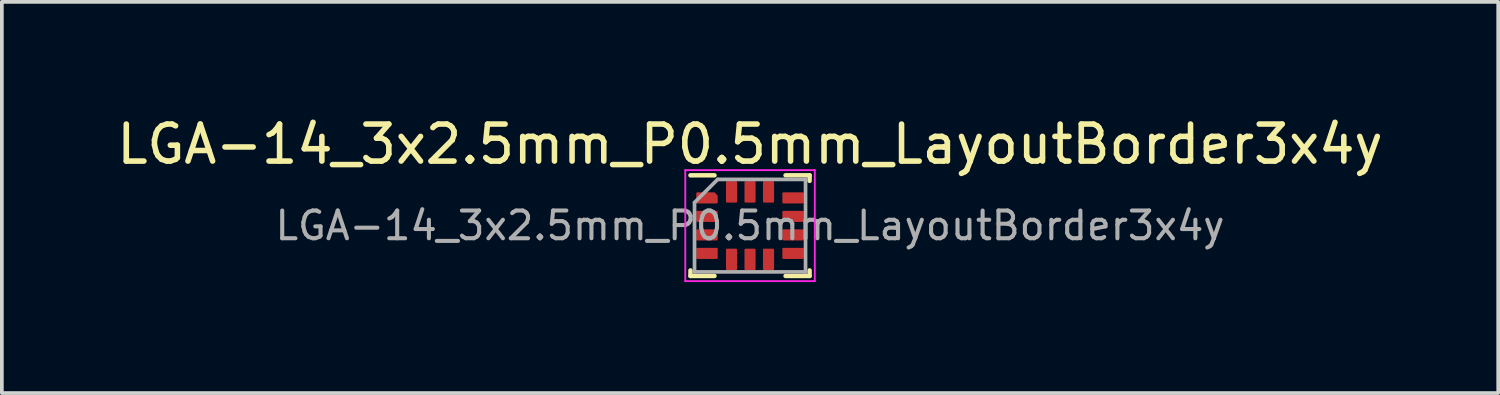
<source format=kicad_pcb>
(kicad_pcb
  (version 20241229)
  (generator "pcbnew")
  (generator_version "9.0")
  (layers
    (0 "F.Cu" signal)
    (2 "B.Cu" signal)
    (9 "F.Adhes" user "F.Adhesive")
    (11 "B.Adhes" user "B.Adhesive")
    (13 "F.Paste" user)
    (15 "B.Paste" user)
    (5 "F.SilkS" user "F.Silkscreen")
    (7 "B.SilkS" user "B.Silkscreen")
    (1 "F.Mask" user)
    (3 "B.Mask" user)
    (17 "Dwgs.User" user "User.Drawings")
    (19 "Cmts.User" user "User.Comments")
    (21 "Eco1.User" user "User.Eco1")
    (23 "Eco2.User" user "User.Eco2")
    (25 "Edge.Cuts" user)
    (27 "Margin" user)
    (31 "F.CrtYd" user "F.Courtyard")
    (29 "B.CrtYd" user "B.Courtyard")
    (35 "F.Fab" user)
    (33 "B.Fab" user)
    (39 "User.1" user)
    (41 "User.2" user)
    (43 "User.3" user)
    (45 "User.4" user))
  (footprint "LGA-14_3x2.5mm_P0.5mm_LayoutBorder3x4y"
    (layer "F.Cu")
    (at 17.22 3.048)
    (property "Reference" "LGA-14_3x2.5mm_P0.5mm_LayoutBorder3x4y" (at 0 -2.2 0) (layer "F.SilkS") (effects (font (size 1 1) (thickness 0.15))))
    (attr smd)
    (fp_line (start -1.61 1.36) (end -1.61 1.21) (stroke (width 0.12) (type solid)) (layer "F.SilkS"))
    (fp_line (start -0.96 -1.36) (end -1.61 -1.36) (stroke (width 0.12) (type solid)) (layer "F.SilkS"))
    (fp_line (start -0.96 1.36) (end -1.61 1.36) (stroke (width 0.12) (type solid)) (layer "F.SilkS"))
    (fp_line (start 0.96 -1.36) (end 1.61 -1.36) (stroke (width 0.12) (type solid)) (layer "F.SilkS"))
    (fp_line (start 0.96 1.36) (end 1.61 1.36) (stroke (width 0.12) (type solid)) (layer "F.SilkS"))
    (fp_line (start 1.61 -1.36) (end 1.61 -1.21) (stroke (width 0.12) (type solid)) (layer "F.SilkS"))
    (fp_line (start 1.61 1.36) (end 1.61 1.21) (stroke (width 0.12) (type solid)) (layer "F.SilkS"))
    (fp_line (start -1.75 -1.5) (end -1.75 1.5) (stroke (width 0.05) (type solid)) (layer "F.CrtYd"))
    (fp_line (start -1.75 1.5) (end 1.75 1.5) (stroke (width 0.05) (type solid)) (layer "F.CrtYd"))
    (fp_line (start 1.75 -1.5) (end -1.75 -1.5) (stroke (width 0.05) (type solid)) (layer "F.CrtYd"))
    (fp_line (start 1.75 1.5) (end 1.75 -1.5) (stroke (width 0.05) (type solid)) (layer "F.CrtYd"))
    (fp_line (start -1.5 -0.625) (end -0.875 -1.25) (stroke (width 0.1) (type solid)) (layer "F.Fab"))
    (fp_line (start -1.5 1.25) (end -1.5 -0.625) (stroke (width 0.1) (type solid)) (layer "F.Fab"))
    (fp_line (start -0.875 -1.25) (end 1.5 -1.25) (stroke (width 0.1) (type solid)) (layer "F.Fab"))
    (fp_line (start 1.5 -1.25) (end 1.5 1.25) (stroke (width 0.1) (type solid)) (layer "F.Fab"))
    (fp_line (start 1.5 1.25) (end -1.5 1.25) (stroke (width 0.1) (type solid)) (layer "F.Fab"))
    (fp_text user "${REFERENCE}" (at 0 0 0) (layer "F.Fab") (effects (font (size 0.75 0.75) (thickness 0.11))))
    (pad "1" smd roundrect (at -1.163 -0.75 270) (size 0.3 0.58) (layers "F.Cu" "F.Mask" "F.Paste") (roundrect_rratio 0.1) (chamfer_ratio 0.3) (chamfer top_left))
    (pad "2" smd roundrect (at -1.163 -0.25) (size 0.58 0.3) (layers "F.Cu" "F.Mask" "F.Paste") (roundrect_rratio 0.1))
    (pad "3" smd roundrect (at -1.163 0.25) (size 0.58 0.3) (layers "F.Cu" "F.Mask" "F.Paste") (roundrect_rratio 0.1))
    (pad "4" smd roundrect (at -1.163 0.75) (size 0.58 0.3) (layers "F.Cu" "F.Mask" "F.Paste") (roundrect_rratio 0.1))
    (pad "5" smd roundrect (at -0.5 0.912) (size 0.3 0.58) (layers "F.Cu" "F.Mask" "F.Paste") (roundrect_rratio 0.1))
    (pad "6" smd roundrect (at 0 0.912) (size 0.3 0.58) (layers "F.Cu" "F.Mask" "F.Paste") (roundrect_rratio 0.1))
    (pad "7" smd roundrect (at 0.5 0.912) (size 0.3 0.58) (layers "F.Cu" "F.Mask" "F.Paste") (roundrect_rratio 0.1))
    (pad "8" smd roundrect (at 1.163 0.75) (size 0.58 0.3) (layers "F.Cu" "F.Mask" "F.Paste") (roundrect_rratio 0.1))
    (pad "9" smd roundrect (at 1.163 0.25) (size 0.58 0.3) (layers "F.Cu" "F.Mask" "F.Paste") (roundrect_rratio 0.1))
    (pad "10" smd roundrect (at 1.163 -0.25) (size 0.58 0.3) (layers "F.Cu" "F.Mask" "F.Paste") (roundrect_rratio 0.1))
    (pad "11" smd roundrect (at 1.163 -0.75) (size 0.58 0.3) (layers "F.Cu" "F.Mask" "F.Paste") (roundrect_rratio 0.1))
    (pad "12" smd roundrect (at 0.5 -0.912) (size 0.3 0.58) (layers "F.Cu" "F.Mask" "F.Paste") (roundrect_rratio 0.1))
    (pad "13" smd roundrect (at 0 -0.912) (size 0.3 0.58) (layers "F.Cu" "F.Mask" "F.Paste") (roundrect_rratio 0.1))
    (pad "14" smd roundrect (at -0.5 -0.912) (size 0.3 0.58) (layers "F.Cu" "F.Mask" "F.Paste") (roundrect_rratio 0.1)))
  (gr_rect
    (start -3 -3)
    (end 37.44 7.573)
    (stroke (width 0.1) (type default))
    (fill no)
    (layer "Edge.Cuts")))
</source>
